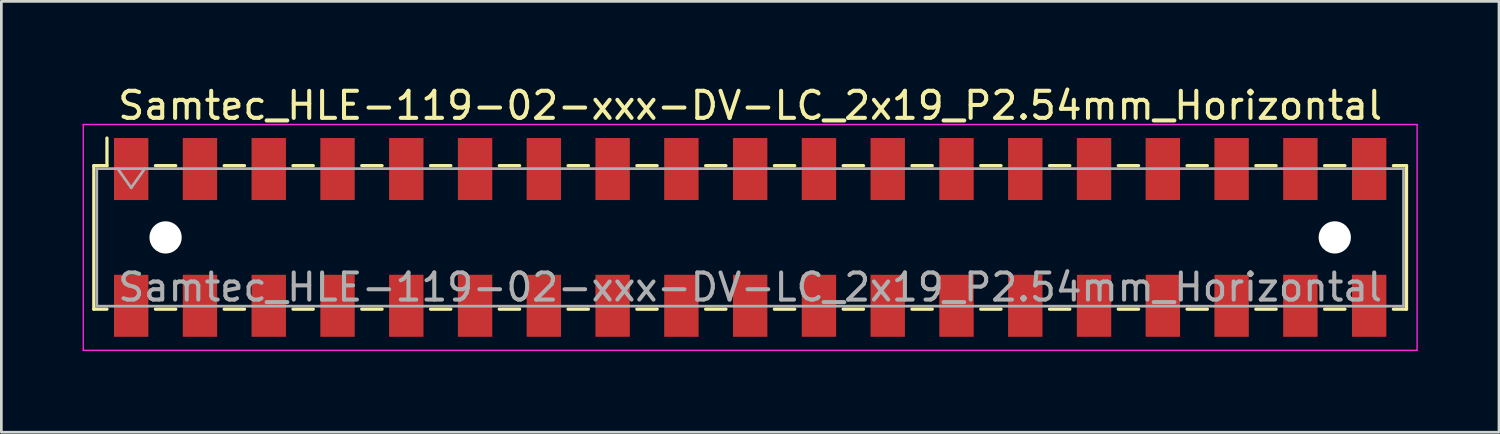
<source format=kicad_pcb>
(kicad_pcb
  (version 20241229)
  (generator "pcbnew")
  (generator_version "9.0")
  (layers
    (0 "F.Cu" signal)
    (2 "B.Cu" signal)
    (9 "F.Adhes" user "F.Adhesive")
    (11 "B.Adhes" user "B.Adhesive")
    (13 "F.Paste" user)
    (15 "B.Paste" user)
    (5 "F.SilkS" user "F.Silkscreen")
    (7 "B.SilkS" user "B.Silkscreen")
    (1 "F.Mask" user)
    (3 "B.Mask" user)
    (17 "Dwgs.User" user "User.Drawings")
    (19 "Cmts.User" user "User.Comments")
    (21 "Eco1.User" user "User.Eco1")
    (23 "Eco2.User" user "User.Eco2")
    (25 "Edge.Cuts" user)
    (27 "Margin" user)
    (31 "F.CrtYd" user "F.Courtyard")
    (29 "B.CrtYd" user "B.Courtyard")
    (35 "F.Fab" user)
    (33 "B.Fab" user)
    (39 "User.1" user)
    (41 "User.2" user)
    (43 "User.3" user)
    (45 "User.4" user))
  (footprint "Samtec_HLE-119-02-xxx-DV-LC_2x19_P2.54mm_Horizontal"
    (layer "F.Cu")
    (at 24.655 5.718)
    (property "Reference" "Samtec_HLE-119-02-xxx-DV-LC_2x19_P2.54mm_Horizontal" (at 0 -4.87 0) (layer "F.SilkS") (effects (font (size 1 1) (thickness 0.15))))
    (attr smd)
    (fp_line (start -24.24 -2.65) (end -24.24 2.65) (stroke (width 0.12) (type solid)) (layer "F.SilkS"))
    (fp_line (start -24.24 2.65) (end -23.755 2.65) (stroke (width 0.12) (type solid)) (layer "F.SilkS"))
    (fp_line (start -23.755 -3.67) (end -23.755 -2.65) (stroke (width 0.12) (type solid)) (layer "F.SilkS"))
    (fp_line (start -23.755 -2.65) (end -24.24 -2.65) (stroke (width 0.12) (type solid)) (layer "F.SilkS"))
    (fp_line (start -21.965 -2.65) (end -21.215 -2.65) (stroke (width 0.12) (type solid)) (layer "F.SilkS"))
    (fp_line (start -21.965 2.65) (end -21.215 2.65) (stroke (width 0.12) (type solid)) (layer "F.SilkS"))
    (fp_line (start -19.425 -2.65) (end -18.675 -2.65) (stroke (width 0.12) (type solid)) (layer "F.SilkS"))
    (fp_line (start -19.425 2.65) (end -18.675 2.65) (stroke (width 0.12) (type solid)) (layer "F.SilkS"))
    (fp_line (start -16.885 -2.65) (end -16.135 -2.65) (stroke (width 0.12) (type solid)) (layer "F.SilkS"))
    (fp_line (start -16.885 2.65) (end -16.135 2.65) (stroke (width 0.12) (type solid)) (layer "F.SilkS"))
    (fp_line (start -14.345 -2.65) (end -13.595 -2.65) (stroke (width 0.12) (type solid)) (layer "F.SilkS"))
    (fp_line (start -14.345 2.65) (end -13.595 2.65) (stroke (width 0.12) (type solid)) (layer "F.SilkS"))
    (fp_line (start -11.805 -2.65) (end -11.055 -2.65) (stroke (width 0.12) (type solid)) (layer "F.SilkS"))
    (fp_line (start -11.805 2.65) (end -11.055 2.65) (stroke (width 0.12) (type solid)) (layer "F.SilkS"))
    (fp_line (start -9.265 -2.65) (end -8.515 -2.65) (stroke (width 0.12) (type solid)) (layer "F.SilkS"))
    (fp_line (start -9.265 2.65) (end -8.515 2.65) (stroke (width 0.12) (type solid)) (layer "F.SilkS"))
    (fp_line (start -6.725 -2.65) (end -5.975 -2.65) (stroke (width 0.12) (type solid)) (layer "F.SilkS"))
    (fp_line (start -6.725 2.65) (end -5.975 2.65) (stroke (width 0.12) (type solid)) (layer "F.SilkS"))
    (fp_line (start -4.185 -2.65) (end -3.435 -2.65) (stroke (width 0.12) (type solid)) (layer "F.SilkS"))
    (fp_line (start -4.185 2.65) (end -3.435 2.65) (stroke (width 0.12) (type solid)) (layer "F.SilkS"))
    (fp_line (start -1.645 -2.65) (end -0.895 -2.65) (stroke (width 0.12) (type solid)) (layer "F.SilkS"))
    (fp_line (start -1.645 2.65) (end -0.895 2.65) (stroke (width 0.12) (type solid)) (layer "F.SilkS"))
    (fp_line (start 0.895 -2.65) (end 1.645 -2.65) (stroke (width 0.12) (type solid)) (layer "F.SilkS"))
    (fp_line (start 0.895 2.65) (end 1.645 2.65) (stroke (width 0.12) (type solid)) (layer "F.SilkS"))
    (fp_line (start 3.435 -2.65) (end 4.185 -2.65) (stroke (width 0.12) (type solid)) (layer "F.SilkS"))
    (fp_line (start 3.435 2.65) (end 4.185 2.65) (stroke (width 0.12) (type solid)) (layer "F.SilkS"))
    (fp_line (start 5.975 -2.65) (end 6.725 -2.65) (stroke (width 0.12) (type solid)) (layer "F.SilkS"))
    (fp_line (start 5.975 2.65) (end 6.725 2.65) (stroke (width 0.12) (type solid)) (layer "F.SilkS"))
    (fp_line (start 8.515 -2.65) (end 9.265 -2.65) (stroke (width 0.12) (type solid)) (layer "F.SilkS"))
    (fp_line (start 8.515 2.65) (end 9.265 2.65) (stroke (width 0.12) (type solid)) (layer "F.SilkS"))
    (fp_line (start 11.055 -2.65) (end 11.805 -2.65) (stroke (width 0.12) (type solid)) (layer "F.SilkS"))
    (fp_line (start 11.055 2.65) (end 11.805 2.65) (stroke (width 0.12) (type solid)) (layer "F.SilkS"))
    (fp_line (start 13.595 -2.65) (end 14.345 -2.65) (stroke (width 0.12) (type solid)) (layer "F.SilkS"))
    (fp_line (start 13.595 2.65) (end 14.345 2.65) (stroke (width 0.12) (type solid)) (layer "F.SilkS"))
    (fp_line (start 16.135 -2.65) (end 16.885 -2.65) (stroke (width 0.12) (type solid)) (layer "F.SilkS"))
    (fp_line (start 16.135 2.65) (end 16.885 2.65) (stroke (width 0.12) (type solid)) (layer "F.SilkS"))
    (fp_line (start 18.675 -2.65) (end 19.425 -2.65) (stroke (width 0.12) (type solid)) (layer "F.SilkS"))
    (fp_line (start 18.675 2.65) (end 19.425 2.65) (stroke (width 0.12) (type solid)) (layer "F.SilkS"))
    (fp_line (start 21.215 -2.65) (end 21.965 -2.65) (stroke (width 0.12) (type solid)) (layer "F.SilkS"))
    (fp_line (start 21.215 2.65) (end 21.965 2.65) (stroke (width 0.12) (type solid)) (layer "F.SilkS"))
    (fp_line (start 23.755 -2.65) (end 24.24 -2.65) (stroke (width 0.12) (type solid)) (layer "F.SilkS"))
    (fp_line (start 24.24 -2.65) (end 24.24 2.65) (stroke (width 0.12) (type solid)) (layer "F.SilkS"))
    (fp_line (start 24.24 2.65) (end 23.755 2.65) (stroke (width 0.12) (type solid)) (layer "F.SilkS"))
    (fp_line (start -24.63 -4.17) (end 24.63 -4.17) (stroke (width 0.05) (type solid)) (layer "F.CrtYd"))
    (fp_line (start -24.63 4.17) (end -24.63 -4.17) (stroke (width 0.05) (type solid)) (layer "F.CrtYd"))
    (fp_line (start 24.63 -4.17) (end 24.63 4.17) (stroke (width 0.05) (type solid)) (layer "F.CrtYd"))
    (fp_line (start 24.63 4.17) (end -24.63 4.17) (stroke (width 0.05) (type solid)) (layer "F.CrtYd"))
    (fp_line (start -24.13 -2.54) (end 24.13 -2.54) (stroke (width 0.1) (type solid)) (layer "F.Fab"))
    (fp_line (start -24.13 2.54) (end -24.13 -2.54) (stroke (width 0.1) (type solid)) (layer "F.Fab"))
    (fp_line (start -23.36 -2.54) (end -22.86 -1.833) (stroke (width 0.1) (type solid)) (layer "F.Fab"))
    (fp_line (start -22.86 -1.833) (end -22.36 -2.54) (stroke (width 0.1) (type solid)) (layer "F.Fab"))
    (fp_line (start 24.13 -2.54) (end 24.13 2.54) (stroke (width 0.1) (type solid)) (layer "F.Fab"))
    (fp_line (start 24.13 2.54) (end -24.13 2.54) (stroke (width 0.1) (type solid)) (layer "F.Fab"))
    (fp_text user "${REFERENCE}" (at 0 1.84 0) (layer "F.Fab") (effects (font (size 1 1) (thickness 0.15))))
    (pad "" np_thru_hole circle (at -21.59 0) (size 1.19 1.19) (drill 1.19) (layers "*.Cu" "*.Mask"))
    (pad "" np_thru_hole circle (at 21.59 0) (size 1.19 1.19) (drill 1.19) (layers "*.Cu" "*.Mask"))
    (pad "1" smd rect (at -22.86 -2.525) (size 1.27 2.29) (layers "F.Cu" "F.Mask" "F.Paste"))
    (pad "2" smd rect (at -22.86 2.525) (size 1.27 2.29) (layers "F.Cu" "F.Mask" "F.Paste"))
    (pad "3" smd rect (at -20.32 -2.525) (size 1.27 2.29) (layers "F.Cu" "F.Mask" "F.Paste"))
    (pad "4" smd rect (at -20.32 2.525) (size 1.27 2.29) (layers "F.Cu" "F.Mask" "F.Paste"))
    (pad "5" smd rect (at -17.78 -2.525) (size 1.27 2.29) (layers "F.Cu" "F.Mask" "F.Paste"))
    (pad "6" smd rect (at -17.78 2.525) (size 1.27 2.29) (layers "F.Cu" "F.Mask" "F.Paste"))
    (pad "7" smd rect (at -15.24 -2.525) (size 1.27 2.29) (layers "F.Cu" "F.Mask" "F.Paste"))
    (pad "8" smd rect (at -15.24 2.525) (size 1.27 2.29) (layers "F.Cu" "F.Mask" "F.Paste"))
    (pad "9" smd rect (at -12.7 -2.525) (size 1.27 2.29) (layers "F.Cu" "F.Mask" "F.Paste"))
    (pad "10" smd rect (at -12.7 2.525) (size 1.27 2.29) (layers "F.Cu" "F.Mask" "F.Paste"))
    (pad "11" smd rect (at -10.16 -2.525) (size 1.27 2.29) (layers "F.Cu" "F.Mask" "F.Paste"))
    (pad "12" smd rect (at -10.16 2.525) (size 1.27 2.29) (layers "F.Cu" "F.Mask" "F.Paste"))
    (pad "13" smd rect (at -7.62 -2.525) (size 1.27 2.29) (layers "F.Cu" "F.Mask" "F.Paste"))
    (pad "14" smd rect (at -7.62 2.525) (size 1.27 2.29) (layers "F.Cu" "F.Mask" "F.Paste"))
    (pad "15" smd rect (at -5.08 -2.525) (size 1.27 2.29) (layers "F.Cu" "F.Mask" "F.Paste"))
    (pad "16" smd rect (at -5.08 2.525) (size 1.27 2.29) (layers "F.Cu" "F.Mask" "F.Paste"))
    (pad "17" smd rect (at -2.54 -2.525) (size 1.27 2.29) (layers "F.Cu" "F.Mask" "F.Paste"))
    (pad "18" smd rect (at -2.54 2.525) (size 1.27 2.29) (layers "F.Cu" "F.Mask" "F.Paste"))
    (pad "19" smd rect (at 0 -2.525) (size 1.27 2.29) (layers "F.Cu" "F.Mask" "F.Paste"))
    (pad "20" smd rect (at 0 2.525) (size 1.27 2.29) (layers "F.Cu" "F.Mask" "F.Paste"))
    (pad "21" smd rect (at 2.54 -2.525) (size 1.27 2.29) (layers "F.Cu" "F.Mask" "F.Paste"))
    (pad "22" smd rect (at 2.54 2.525) (size 1.27 2.29) (layers "F.Cu" "F.Mask" "F.Paste"))
    (pad "23" smd rect (at 5.08 -2.525) (size 1.27 2.29) (layers "F.Cu" "F.Mask" "F.Paste"))
    (pad "24" smd rect (at 5.08 2.525) (size 1.27 2.29) (layers "F.Cu" "F.Mask" "F.Paste"))
    (pad "25" smd rect (at 7.62 -2.525) (size 1.27 2.29) (layers "F.Cu" "F.Mask" "F.Paste"))
    (pad "26" smd rect (at 7.62 2.525) (size 1.27 2.29) (layers "F.Cu" "F.Mask" "F.Paste"))
    (pad "27" smd rect (at 10.16 -2.525) (size 1.27 2.29) (layers "F.Cu" "F.Mask" "F.Paste"))
    (pad "28" smd rect (at 10.16 2.525) (size 1.27 2.29) (layers "F.Cu" "F.Mask" "F.Paste"))
    (pad "29" smd rect (at 12.7 -2.525) (size 1.27 2.29) (layers "F.Cu" "F.Mask" "F.Paste"))
    (pad "30" smd rect (at 12.7 2.525) (size 1.27 2.29) (layers "F.Cu" "F.Mask" "F.Paste"))
    (pad "31" smd rect (at 15.24 -2.525) (size 1.27 2.29) (layers "F.Cu" "F.Mask" "F.Paste"))
    (pad "32" smd rect (at 15.24 2.525) (size 1.27 2.29) (layers "F.Cu" "F.Mask" "F.Paste"))
    (pad "33" smd rect (at 17.78 -2.525) (size 1.27 2.29) (layers "F.Cu" "F.Mask" "F.Paste"))
    (pad "34" smd rect (at 17.78 2.525) (size 1.27 2.29) (layers "F.Cu" "F.Mask" "F.Paste"))
    (pad "35" smd rect (at 20.32 -2.525) (size 1.27 2.29) (layers "F.Cu" "F.Mask" "F.Paste"))
    (pad "36" smd rect (at 20.32 2.525) (size 1.27 2.29) (layers "F.Cu" "F.Mask" "F.Paste"))
    (pad "37" smd rect (at 22.86 -2.525) (size 1.27 2.29) (layers "F.Cu" "F.Mask" "F.Paste"))
    (pad "38" smd rect (at 22.86 2.525) (size 1.27 2.29) (layers "F.Cu" "F.Mask" "F.Paste")))
  (gr_rect
    (start -3 -3)
    (end 52.31 12.913)
    (stroke (width 0.1) (type default))
    (fill no)
    (layer "Edge.Cuts")))
</source>
